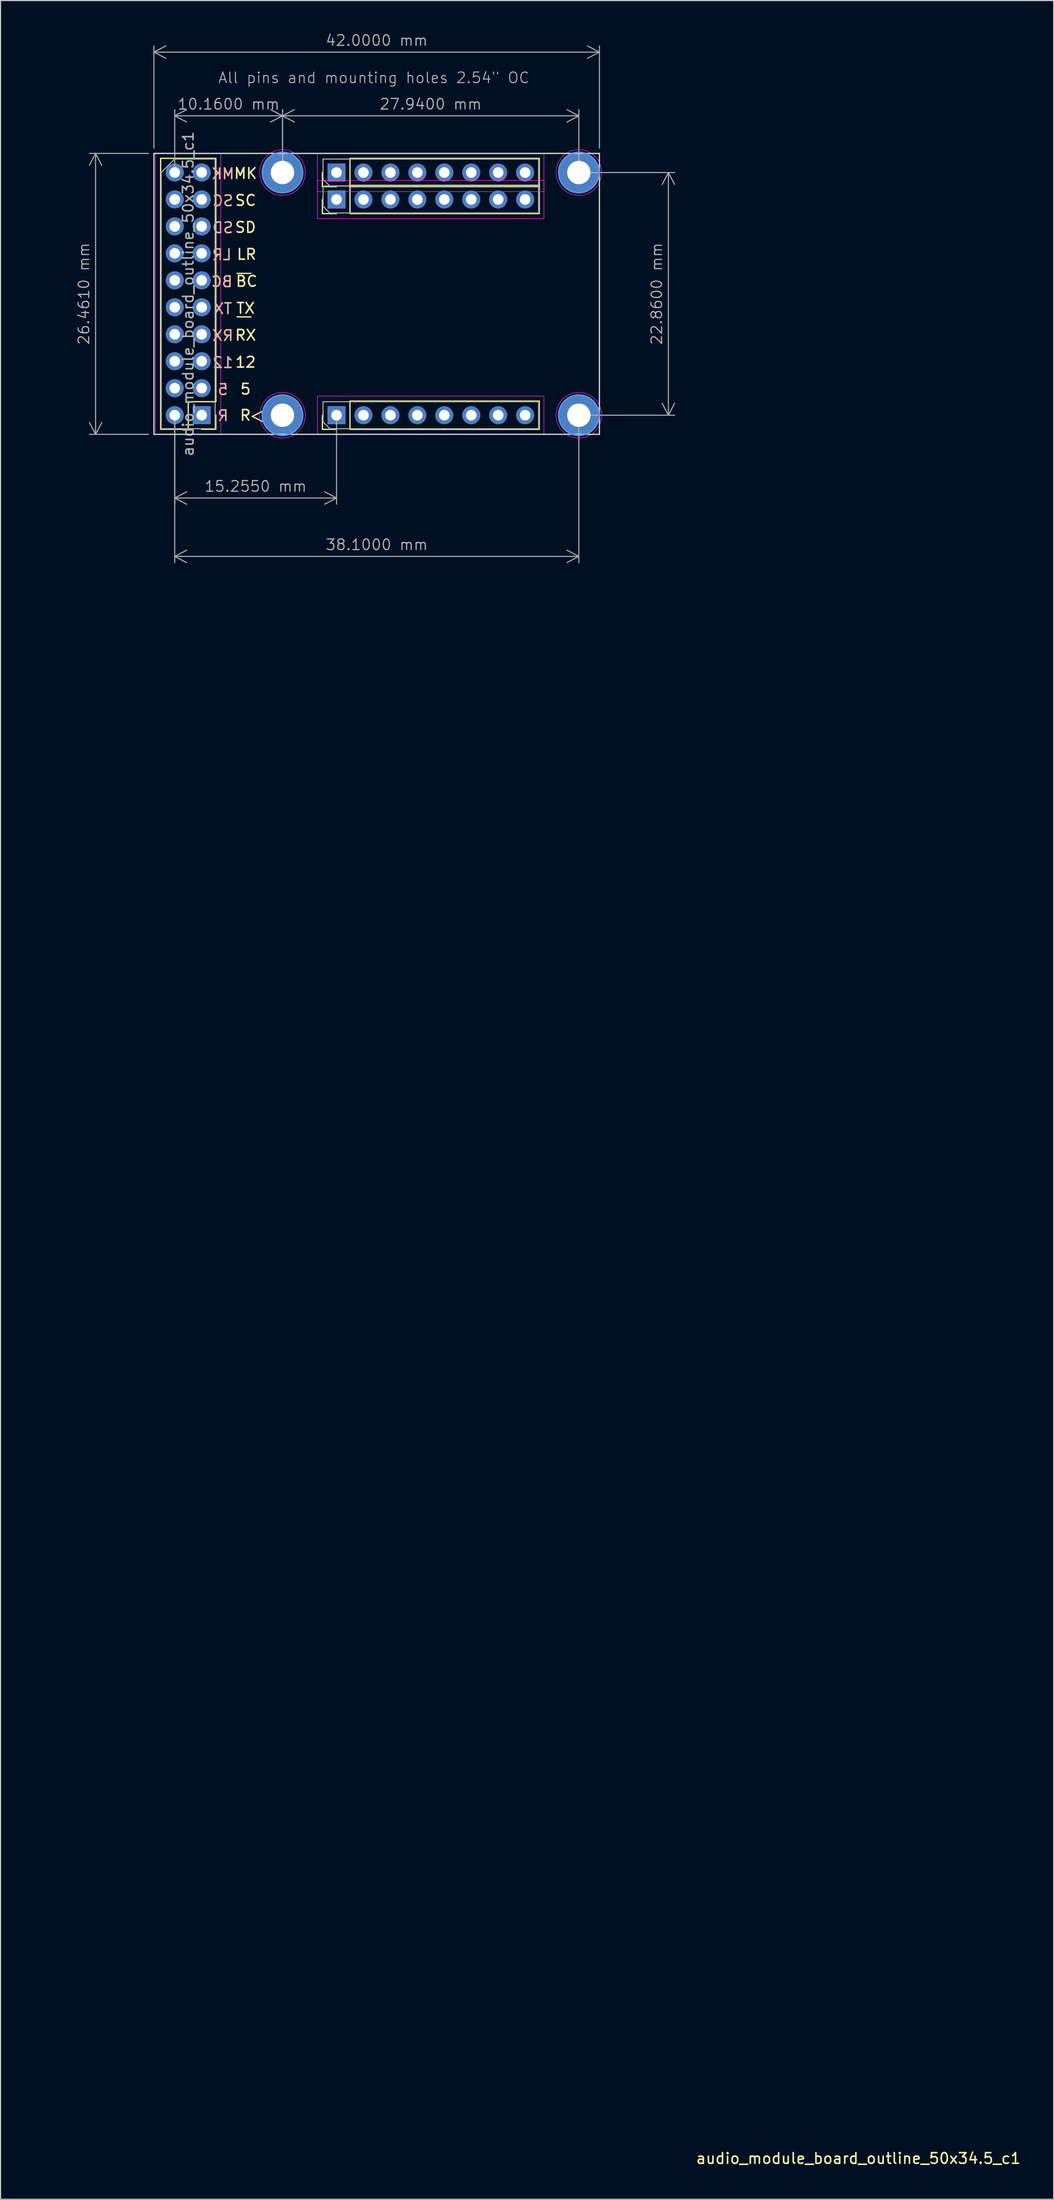
<source format=kicad_pcb>
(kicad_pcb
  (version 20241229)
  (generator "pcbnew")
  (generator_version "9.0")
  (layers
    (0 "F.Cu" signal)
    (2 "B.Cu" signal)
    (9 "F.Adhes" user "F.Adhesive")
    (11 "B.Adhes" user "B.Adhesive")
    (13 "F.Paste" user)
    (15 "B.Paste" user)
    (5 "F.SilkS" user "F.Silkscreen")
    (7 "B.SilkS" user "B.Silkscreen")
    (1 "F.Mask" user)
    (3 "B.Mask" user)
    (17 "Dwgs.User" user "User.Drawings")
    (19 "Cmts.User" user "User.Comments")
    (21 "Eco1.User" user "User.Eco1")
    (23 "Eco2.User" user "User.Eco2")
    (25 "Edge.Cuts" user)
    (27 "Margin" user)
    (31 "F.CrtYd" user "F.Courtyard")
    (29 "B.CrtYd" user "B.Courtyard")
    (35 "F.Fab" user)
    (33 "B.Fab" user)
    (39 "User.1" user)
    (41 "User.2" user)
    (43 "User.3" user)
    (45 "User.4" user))
  (footprint "audio_module_board_outline_50x34.5_c1"
    (layer "F.Cu")
    (at 11.46 37.861)
    (property "Reference" "audio_module_board_outline_50x34.5_c1" (at 66.414 162.401 180) (layer "F.SilkS") (effects (font (size 1 1) (thickness 0.15))))
    (attr through_hole exclude_from_bom)
    (fp_line (start 0.635 -0.475) (end 0.635 -25.995) (stroke (width 0.12) (type solid)) (layer "F.SilkS"))
    (fp_line (start 3.235 -3.075) (end 3.235 -0.475) (stroke (width 0.12) (type solid)) (layer "F.SilkS"))
    (fp_line (start 3.235 -0.475) (end 0.635 -0.475) (stroke (width 0.12) (type solid)) (layer "F.SilkS"))
    (fp_line (start 5.835 -25.995) (end 0.635 -25.995) (stroke (width 0.12) (type solid)) (layer "F.SilkS"))
    (fp_line (start 5.835 -3.075) (end 3.235 -3.075) (stroke (width 0.12) (type solid)) (layer "F.SilkS"))
    (fp_line (start 5.835 -3.075) (end 5.835 -25.995) (stroke (width 0.12) (type solid)) (layer "F.SilkS"))
    (fp_line (start 5.835 -1.805) (end 5.835 -0.475) (stroke (width 0.12) (type solid)) (layer "F.SilkS"))
    (fp_line (start 5.835 -0.475) (end 4.505 -0.475) (stroke (width 0.12) (type solid)) (layer "F.SilkS"))
    (fp_line (start 7.845 -15.16) (end 9.155 -15.16) (stroke (width 0.12) (type solid)) (layer "F.SilkS"))
    (fp_line (start 9.155 -11.06) (end 7.845 -11.06) (stroke (width 0.12) (type solid)) (layer "F.SilkS"))
    (fp_line (start 9.275 -1.69) (end 10.275 -1.19) (stroke (width 0.12) (type solid)) (layer "F.SilkS"))
    (fp_line (start 10.275 -2.19) (end 9.275 -1.69) (stroke (width 0.12) (type solid)) (layer "F.SilkS"))
    (fp_line (start 15.885 -23.33) (end 15.885 -24.66) (stroke (width 0.12) (type solid)) (layer "F.SilkS"))
    (fp_line (start 15.885 -20.79) (end 15.885 -22.12) (stroke (width 0.12) (type solid)) (layer "F.SilkS"))
    (fp_line (start 15.885 -0.47) (end 15.885 -1.8) (stroke (width 0.12) (type solid)) (layer "F.SilkS"))
    (fp_line (start 17.215 -23.33) (end 15.885 -23.33) (stroke (width 0.12) (type solid)) (layer "F.SilkS"))
    (fp_line (start 17.215 -20.79) (end 15.885 -20.79) (stroke (width 0.12) (type solid)) (layer "F.SilkS"))
    (fp_line (start 17.215 -0.47) (end 15.885 -0.47) (stroke (width 0.12) (type solid)) (layer "F.SilkS"))
    (fp_line (start 18.485 -25.99) (end 36.325 -25.99) (stroke (width 0.12) (type solid)) (layer "F.SilkS"))
    (fp_line (start 18.485 -23.45) (end 36.325 -23.45) (stroke (width 0.12) (type solid)) (layer "F.SilkS"))
    (fp_line (start 18.485 -23.33) (end 18.485 -25.99) (stroke (width 0.12) (type solid)) (layer "F.SilkS"))
    (fp_line (start 18.485 -23.33) (end 36.325 -23.33) (stroke (width 0.12) (type solid)) (layer "F.SilkS"))
    (fp_line (start 18.485 -20.79) (end 18.485 -23.45) (stroke (width 0.12) (type solid)) (layer "F.SilkS"))
    (fp_line (start 18.485 -20.79) (end 36.325 -20.79) (stroke (width 0.12) (type solid)) (layer "F.SilkS"))
    (fp_line (start 18.485 -3.13) (end 36.325 -3.13) (stroke (width 0.12) (type solid)) (layer "F.SilkS"))
    (fp_line (start 18.485 -0.47) (end 18.485 -3.13) (stroke (width 0.12) (type solid)) (layer "F.SilkS"))
    (fp_line (start 18.485 -0.47) (end 36.325 -0.47) (stroke (width 0.12) (type solid)) (layer "F.SilkS"))
    (fp_line (start 36.325 -23.33) (end 36.325 -25.99) (stroke (width 0.12) (type solid)) (layer "F.SilkS"))
    (fp_line (start 36.325 -20.79) (end 36.325 -23.45) (stroke (width 0.12) (type solid)) (layer "F.SilkS"))
    (fp_line (start 36.325 -0.47) (end 36.325 -3.13) (stroke (width 0.12) (type solid)) (layer "F.SilkS"))
    (fp_circle (center 12.12 -24.66) (end 14.02 -24.66) (stroke (width 0.15) (type solid)) (fill no) (layer "Cmts.User"))
    (fp_circle (center 12.12 -1.8) (end 14.02 -1.8) (stroke (width 0.15) (type solid)) (fill no) (layer "Cmts.User"))
    (fp_circle (center 40.06 -24.66) (end 41.96 -24.66) (stroke (width 0.15) (type solid)) (fill no) (layer "Cmts.User"))
    (fp_circle (center 40.06 -1.8) (end 41.96 -1.8) (stroke (width 0.15) (type solid)) (fill no) (layer "Cmts.User"))
    (fp_line (start 0 -26.46) (end 42 -26.46) (stroke (width 0.12) (type solid)) (layer "Edge.Cuts"))
    (fp_line (start 0 0) (end 0 -26.46) (stroke (width 0.12) (type solid)) (layer "Edge.Cuts"))
    (fp_line (start 0 0) (end 42 0) (stroke (width 0.12) (type solid)) (layer "Edge.Cuts"))
    (fp_line (start 42 0) (end 42 -26.46) (stroke (width 0.12) (type solid)) (layer "Edge.Cuts"))
    (fp_line (start 0.155 -26.455) (end 0.155 -0.005) (stroke (width 0.05) (type solid)) (layer "F.CrtYd"))
    (fp_line (start 0.155 -0.005) (end 6.305 -0.005) (stroke (width 0.05) (type solid)) (layer "F.CrtYd"))
    (fp_line (start 6.305 -26.455) (end 0.155 -26.455) (stroke (width 0.05) (type solid)) (layer "F.CrtYd"))
    (fp_line (start 6.305 -0.005) (end 6.305 -26.455) (stroke (width 0.05) (type solid)) (layer "F.CrtYd"))
    (fp_line (start 15.415 -26.46) (end 15.415 -22.86) (stroke (width 0.05) (type solid)) (layer "F.CrtYd"))
    (fp_line (start 15.415 -23.92) (end 15.415 -20.32) (stroke (width 0.05) (type solid)) (layer "F.CrtYd"))
    (fp_line (start 15.415 -22.86) (end 36.765 -22.86) (stroke (width 0.05) (type solid)) (layer "F.CrtYd"))
    (fp_line (start 15.415 -20.32) (end 36.765 -20.32) (stroke (width 0.05) (type solid)) (layer "F.CrtYd"))
    (fp_line (start 15.415 -3.6) (end 15.415 0) (stroke (width 0.05) (type solid)) (layer "F.CrtYd"))
    (fp_line (start 15.415 0) (end 36.765 0) (stroke (width 0.05) (type solid)) (layer "F.CrtYd"))
    (fp_line (start 36.765 -26.46) (end 15.415 -26.46) (stroke (width 0.05) (type solid)) (layer "F.CrtYd"))
    (fp_line (start 36.765 -23.92) (end 15.415 -23.92) (stroke (width 0.05) (type solid)) (layer "F.CrtYd"))
    (fp_line (start 36.765 -22.86) (end 36.765 -26.46) (stroke (width 0.05) (type solid)) (layer "F.CrtYd"))
    (fp_line (start 36.765 -20.32) (end 36.765 -23.92) (stroke (width 0.05) (type solid)) (layer "F.CrtYd"))
    (fp_line (start 36.765 -3.6) (end 15.415 -3.6) (stroke (width 0.05) (type solid)) (layer "F.CrtYd"))
    (fp_line (start 36.765 0) (end 36.765 -3.6) (stroke (width 0.05) (type solid)) (layer "F.CrtYd"))
    (fp_circle (center 12.12 -24.66) (end 14.27 -24.66) (stroke (width 0.05) (type solid)) (fill no) (layer "F.CrtYd"))
    (fp_circle (center 12.12 -1.8) (end 14.27 -1.8) (stroke (width 0.05) (type solid)) (fill no) (layer "F.CrtYd"))
    (fp_circle (center 40.06 -24.66) (end 42.21 -24.66) (stroke (width 0.05) (type solid)) (fill no) (layer "F.CrtYd"))
    (fp_circle (center 40.06 -1.8) (end 42.21 -1.8) (stroke (width 0.05) (type solid)) (fill no) (layer "F.CrtYd"))
    (fp_line (start 0.69 -24.66) (end 1.96 -25.93) (stroke (width 0.1) (type solid)) (layer "F.Fab"))
    (fp_line (start 0.69 -0.53) (end 0.69 -24.66) (stroke (width 0.1) (type solid)) (layer "F.Fab"))
    (fp_line (start 1.96 -25.93) (end 5.77 -25.93) (stroke (width 0.1) (type solid)) (layer "F.Fab"))
    (fp_line (start 5.77 -25.93) (end 5.77 -0.53) (stroke (width 0.1) (type solid)) (layer "F.Fab"))
    (fp_line (start 5.77 -0.53) (end 0.69 -0.53) (stroke (width 0.1) (type solid)) (layer "F.Fab"))
    (fp_line (start 15.945 -25.93) (end 36.265 -25.93) (stroke (width 0.1) (type solid)) (layer "F.Fab"))
    (fp_line (start 15.945 -24.025) (end 15.945 -25.93) (stroke (width 0.1) (type solid)) (layer "F.Fab"))
    (fp_line (start 15.945 -23.39) (end 36.265 -23.39) (stroke (width 0.1) (type solid)) (layer "F.Fab"))
    (fp_line (start 15.945 -21.485) (end 15.945 -23.39) (stroke (width 0.1) (type solid)) (layer "F.Fab"))
    (fp_line (start 15.945 -3.07) (end 36.265 -3.07) (stroke (width 0.1) (type solid)) (layer "F.Fab"))
    (fp_line (start 15.945 -1.165) (end 15.945 -3.07) (stroke (width 0.1) (type solid)) (layer "F.Fab"))
    (fp_line (start 16.58 -23.39) (end 15.945 -24.025) (stroke (width 0.1) (type solid)) (layer "F.Fab"))
    (fp_line (start 16.58 -20.85) (end 15.945 -21.485) (stroke (width 0.1) (type solid)) (layer "F.Fab"))
    (fp_line (start 16.58 -0.53) (end 15.945 -1.165) (stroke (width 0.1) (type solid)) (layer "F.Fab"))
    (fp_line (start 36.265 -25.93) (end 36.265 -23.39) (stroke (width 0.1) (type solid)) (layer "F.Fab"))
    (fp_line (start 36.265 -23.39) (end 16.58 -23.39) (stroke (width 0.1) (type solid)) (layer "F.Fab"))
    (fp_line (start 36.265 -23.39) (end 36.265 -20.85) (stroke (width 0.1) (type solid)) (layer "F.Fab"))
    (fp_line (start 36.265 -20.85) (end 16.58 -20.85) (stroke (width 0.1) (type solid)) (layer "F.Fab"))
    (fp_line (start 36.265 -3.07) (end 36.265 -0.53) (stroke (width 0.1) (type solid)) (layer "F.Fab"))
    (fp_line (start 36.265 -0.53) (end 16.58 -0.53) (stroke (width 0.1) (type solid)) (layer "F.Fab"))
    (fp_text user "5" (at 8.64 -4.255 0) (unlocked yes) (layer "F.SilkS") (effects (font (size 1 1) (thickness 0.15))))
    (fp_text user "MK" (at 8.64 -24.575 0) (unlocked yes) (layer "F.SilkS") (effects (font (size 1 1) (thickness 0.15))))
    (fp_text user "SC" (at 8.64 -22.035 0) (unlocked yes) (layer "F.SilkS") (effects (font (size 1 1) (thickness 0.15))))
    (fp_text user "LR" (at 8.735 -16.955 0) (unlocked yes) (layer "F.SilkS") (effects (font (size 1 1) (thickness 0.15))))
    (fp_text user "BC" (at 8.735 -14.415 0) (unlocked yes) (layer "F.SilkS") (effects (font (size 1 1) (thickness 0.15))))
    (fp_text user "SD" (at 8.64 -19.495 0) (unlocked yes) (layer "F.SilkS") (effects (font (size 1 1) (thickness 0.15))))
    (fp_text user "RX" (at 8.64 -9.335 0) (unlocked yes) (layer "F.SilkS") (effects (font (size 1 1) (thickness 0.15))))
    (fp_text user "12" (at 8.64 -6.795 0) (unlocked yes) (layer "F.SilkS") (effects (font (size 1 1) (thickness 0.15))))
    (fp_text user "TX" (at 8.64 -11.875 0) (unlocked yes) (layer "F.SilkS") (effects (font (size 1 1) (thickness 0.15))))
    (fp_text user "R" (at 8.625 -1.79 0) (unlocked yes) (layer "F.SilkS") (effects (font (size 1 1) (thickness 0.15))))
    (fp_text user "5" (at 6.5 -4.22 0) (unlocked yes) (layer "B.SilkS") (effects (font (size 1 1) (thickness 0.15)) (justify mirror)))
    (fp_text user "LR" (at 6.405 -16.92 0) (unlocked yes) (layer "B.SilkS") (effects (font (size 1 1) (thickness 0.15)) (justify mirror)))
    (fp_text user "MK" (at 6.5 -24.54 0) (unlocked yes) (layer "B.SilkS") (effects (font (size 1 1) (thickness 0.15)) (justify mirror)))
    (fp_text user "RX" (at 6.5 -9.3 0) (unlocked yes) (layer "B.SilkS") (effects (font (size 1 1) (thickness 0.15)) (justify mirror)))
    (fp_text user "SC" (at 6.5 -22 0) (unlocked yes) (layer "B.SilkS") (effects (font (size 1 1) (thickness 0.15)) (justify mirror)))
    (fp_text user "TX" (at 6.5 -11.84 0) (unlocked yes) (layer "B.SilkS") (effects (font (size 1 1) (thickness 0.15)) (justify mirror)))
    (fp_text user "SD" (at 6.5 -19.46 0) (unlocked yes) (layer "B.SilkS") (effects (font (size 1 1) (thickness 0.15)) (justify mirror)))
    (fp_text user "R" (at 6.515 -1.755 0) (unlocked yes) (layer "B.SilkS") (effects (font (size 1 1) (thickness 0.15)) (justify mirror)))
    (fp_text user "BC" (at 6.405 -14.38 0) (unlocked yes) (layer "B.SilkS") (effects (font (size 1 1) (thickness 0.15)) (justify mirror)))
    (fp_text user "12" (at 6.5 -6.76 0) (unlocked yes) (layer "B.SilkS") (effects (font (size 1 1) (thickness 0.15)) (justify mirror)))
    (fp_text user "All pins and mounting holes 2.54\" OC" (at 6 -33 0) (unlocked yes) (layer "F.Fab") (effects (font (size 1 1) (thickness 0.1)) (justify left bottom)))
    (fp_text user "${REFERENCE}" (at 3.23 -13.23 90) (layer "F.Fab") (effects (font (size 1 1) (thickness 0.15))))
    (dimension (type orthogonal) (layer "F.Fab") (pts (xy 13.42 36.06) (xy 51.52 36.06)) (height 13.3) (orientation 0) (format (prefix "") (suffix "") (units 3) (units_format 1) (precision 4)) (style (thickness 0.1) (arrow_length 1.27) (text_position_mode 0) (arrow_direction outward) (extension_height 0.586) (extension_offset 0.5) (keep_text_aligned yes)) (gr_text "38.1000 mm" (at 32.47 48.261 0) (layer "F.Fab") (effects (font (size 1 1) (thickness 0.1)))))
    (dimension (type orthogonal) (layer "F.Fab") (pts (xy 11.46 11.4) (xy 11.46 37.861)) (height -5.5) (orientation 1) (format (prefix "") (suffix "") (units 3) (units_format 1) (precision 4)) (style (thickness 0.1) (arrow_length 1.27) (text_position_mode 0) (arrow_direction outward) (extension_height 0.586) (extension_offset 0.5) (keep_text_aligned yes)) (gr_text "26.4600 mm" (at 4.86 24.631 90) (layer "F.Fab") (effects (font (size 1 1) (thickness 0.1)))))
    (dimension (type orthogonal) (layer "F.Fab") (pts (xy 23.58 13.2) (xy 51.52 13.2)) (height -5.34) (orientation 0) (format (prefix "") (suffix "") (units 3) (units_format 1) (precision 4)) (style (thickness 0.1) (arrow_length 1.27) (text_position_mode 0) (arrow_direction outward) (extension_height 0.586) (extension_offset 0.5) (keep_text_aligned yes)) (gr_text "27.9400 mm" (at 37.55 6.761 0) (layer "F.Fab") (effects (font (size 1 1) (thickness 0.1)))))
    (dimension (type orthogonal) (layer "F.Fab") (pts (xy 13.42 36.06) (xy 28.675 36.06)) (height 7.8) (orientation 0) (format (prefix "") (suffix "") (units 3) (units_format 1) (precision 4)) (style (thickness 0.1) (arrow_length 1.27) (text_position_mode 0) (arrow_direction outward) (extension_height 0.586) (extension_offset 0.5) (keep_text_aligned yes)) (gr_text "15.2550 mm" (at 21.047 42.761 0) (layer "F.Fab") (effects (font (size 1 1) (thickness 0.1)))))
    (dimension (type orthogonal) (layer "F.Fab") (pts (xy 13.42 13.2) (xy 23.58 13.2)) (height -5.34) (orientation 0) (format (prefix "") (suffix "") (units 3) (units_format 1) (precision 4)) (style (thickness 0.1) (arrow_length 1.27) (text_position_mode 0) (arrow_direction outward) (extension_height 0.586) (extension_offset 0.5) (keep_text_aligned yes)) (gr_text "10.1600 mm" (at 18.5 6.761 0) (layer "F.Fab") (effects (font (size 1 1) (thickness 0.1)))))
    (dimension (type orthogonal) (layer "F.Fab") (pts (xy 11.46 11.4) (xy 53.46 11.4)) (height -9.54) (orientation 0) (format (prefix "") (suffix "") (units 3) (units_format 1) (precision 4)) (style (thickness 0.1) (arrow_length 1.27) (text_position_mode 0) (arrow_direction outward) (extension_height 0.586) (extension_offset 0.5) (keep_text_aligned yes)) (gr_text "42.0000 mm" (at 32.46 0.76 0) (layer "F.Fab") (effects (font (size 1 1) (thickness 0.1)))))
    (dimension (type orthogonal) (layer "F.Fab") (pts (xy 51.52 13.2) (xy 51.52 36.06)) (height 8.44) (orientation 1) (format (prefix "") (suffix "") (units 3) (units_format 1) (precision 4)) (style (thickness 0.1) (arrow_length 1.27) (text_position_mode 0) (arrow_direction outward) (extension_height 0.586) (extension_offset 0.5) (keep_text_aligned yes)) (gr_text "22.8600 mm" (at 58.86 24.631 90) (layer "F.Fab") (effects (font (size 1 1) (thickness 0.1)))))
    (pad "1" thru_hole rect (at 4.505 -1.805 180) (size 1.7 1.7) (drill 1) (layers "*.Cu" "*.Mask"))
    (pad "1" thru_hole circle (at 12.12 -24.66) (size 3.8 3.8) (drill 2.2) (layers "*.Cu" "*.Mask"))
    (pad "1" thru_hole circle (at 12.12 -1.8) (size 3.8 3.8) (drill 2.2) (layers "*.Cu" "*.Mask"))
    (pad "1" thru_hole circle (at 40.06 -24.66) (size 3.8 3.8) (drill 2.2) (layers "*.Cu" "*.Mask"))
    (pad "1" thru_hole circle (at 40.06 -1.8) (size 3.8 3.8) (drill 2.2) (layers "*.Cu" "*.Mask"))
    (pad "2" thru_hole oval (at 1.965 -1.805 180) (size 1.7 1.7) (drill 1) (layers "*.Cu" "*.Mask"))
    (pad "3" thru_hole oval (at 4.505 -4.345 180) (size 1.7 1.7) (drill 1) (layers "*.Cu" "*.Mask"))
    (pad "4" thru_hole oval (at 1.965 -4.345 180) (size 1.7 1.7) (drill 1) (layers "*.Cu" "*.Mask"))
    (pad "5" thru_hole oval (at 4.505 -6.885 180) (size 1.7 1.7) (drill 1) (layers "*.Cu" "*.Mask"))
    (pad "6" thru_hole oval (at 1.965 -6.885 180) (size 1.7 1.7) (drill 1) (layers "*.Cu" "*.Mask"))
    (pad "7" thru_hole oval (at 4.505 -9.425 180) (size 1.7 1.7) (drill 1) (layers "*.Cu" "*.Mask"))
    (pad "8" thru_hole oval (at 1.965 -9.425 180) (size 1.7 1.7) (drill 1) (layers "*.Cu" "*.Mask"))
    (pad "9" thru_hole oval (at 4.505 -11.965 180) (size 1.7 1.7) (drill 1) (layers "*.Cu" "*.Mask"))
    (pad "10" thru_hole oval (at 1.965 -11.965 180) (size 1.7 1.7) (drill 1) (layers "*.Cu" "*.Mask"))
    (pad "11" thru_hole oval (at 4.505 -14.505 180) (size 1.7 1.7) (drill 1) (layers "*.Cu" "*.Mask"))
    (pad "12" thru_hole oval (at 1.965 -14.505 180) (size 1.7 1.7) (drill 1) (layers "*.Cu" "*.Mask"))
    (pad "13" thru_hole oval (at 4.505 -17.045 180) (size 1.7 1.7) (drill 1) (layers "*.Cu" "*.Mask"))
    (pad "14" thru_hole oval (at 1.965 -17.045 180) (size 1.7 1.7) (drill 1) (layers "*.Cu" "*.Mask"))
    (pad "15" thru_hole oval (at 4.505 -19.585 180) (size 1.7 1.7) (drill 1) (layers "*.Cu" "*.Mask"))
    (pad "16" thru_hole oval (at 1.965 -19.585 180) (size 1.7 1.7) (drill 1) (layers "*.Cu" "*.Mask"))
    (pad "17" thru_hole oval (at 4.505 -22.125 180) (size 1.7 1.7) (drill 1) (layers "*.Cu" "*.Mask"))
    (pad "18" thru_hole oval (at 1.965 -22.125 180) (size 1.7 1.7) (drill 1) (layers "*.Cu" "*.Mask"))
    (pad "19" thru_hole oval (at 4.505 -24.665 180) (size 1.7 1.7) (drill 1) (layers "*.Cu" "*.Mask"))
    (pad "20" thru_hole oval (at 1.965 -24.665 180) (size 1.7 1.7) (drill 1) (layers "*.Cu" "*.Mask"))
    (pad "21" thru_hole rect (at 17.215 -24.66 90) (size 1.7 1.7) (drill 1) (layers "*.Cu" "*.Mask"))
    (pad "22" thru_hole rect (at 17.215 -22.12 90) (size 1.7 1.7) (drill 1) (layers "*.Cu" "*.Mask"))
    (pad "23" thru_hole oval (at 19.755 -24.66 90) (size 1.7 1.7) (drill 1) (layers "*.Cu" "*.Mask"))
    (pad "24" thru_hole oval (at 19.755 -22.12 90) (size 1.7 1.7) (drill 1) (layers "*.Cu" "*.Mask"))
    (pad "25" thru_hole oval (at 22.295 -24.66 90) (size 1.7 1.7) (drill 1) (layers "*.Cu" "*.Mask"))
    (pad "26" thru_hole oval (at 22.295 -22.12 90) (size 1.7 1.7) (drill 1) (layers "*.Cu" "*.Mask"))
    (pad "27" thru_hole oval (at 24.835 -24.66 90) (size 1.7 1.7) (drill 1) (layers "*.Cu" "*.Mask"))
    (pad "28" thru_hole oval (at 24.835 -22.12 90) (size 1.7 1.7) (drill 1) (layers "*.Cu" "*.Mask"))
    (pad "29" thru_hole oval (at 27.375 -24.66 90) (size 1.7 1.7) (drill 1) (layers "*.Cu" "*.Mask"))
    (pad "30" thru_hole oval (at 27.375 -22.12 90) (size 1.7 1.7) (drill 1) (layers "*.Cu" "*.Mask"))
    (pad "31" thru_hole oval (at 29.915 -24.66 90) (size 1.7 1.7) (drill 1) (layers "*.Cu" "*.Mask"))
    (pad "32" thru_hole oval (at 29.915 -22.12 90) (size 1.7 1.7) (drill 1) (layers "*.Cu" "*.Mask"))
    (pad "33" thru_hole oval (at 32.455 -24.66 90) (size 1.7 1.7) (drill 1) (layers "*.Cu" "*.Mask"))
    (pad "34" thru_hole oval (at 32.455 -22.12 90) (size 1.7 1.7) (drill 1) (layers "*.Cu" "*.Mask"))
    (pad "35" thru_hole oval (at 34.995 -24.66 90) (size 1.7 1.7) (drill 1) (layers "*.Cu" "*.Mask"))
    (pad "36" thru_hole oval (at 34.995 -22.12 90) (size 1.7 1.7) (drill 1) (layers "*.Cu" "*.Mask"))
    (pad "37" thru_hole rect (at 17.215 -1.8 90) (size 1.7 1.7) (drill 1) (layers "*.Cu" "*.Mask"))
    (pad "38" thru_hole oval (at 19.755 -1.8 90) (size 1.7 1.7) (drill 1) (layers "*.Cu" "*.Mask"))
    (pad "39" thru_hole oval (at 22.295 -1.8 90) (size 1.7 1.7) (drill 1) (layers "*.Cu" "*.Mask"))
    (pad "40" thru_hole oval (at 24.835 -1.8 90) (size 1.7 1.7) (drill 1) (layers "*.Cu" "*.Mask"))
    (pad "41" thru_hole oval (at 27.375 -1.8 90) (size 1.7 1.7) (drill 1) (layers "*.Cu" "*.Mask"))
    (pad "42" thru_hole oval (at 29.915 -1.8 90) (size 1.7 1.7) (drill 1) (layers "*.Cu" "*.Mask"))
    (pad "43" thru_hole oval (at 32.455 -1.8 90) (size 1.7 1.7) (drill 1) (layers "*.Cu" "*.Mask"))
    (pad "44" thru_hole oval (at 34.995 -1.8 90) (size 1.7 1.7) (drill 1) (layers "*.Cu" "*.Mask")))
  (gr_rect
    (start -3 -3)
    (end 96.284 204.11)
    (stroke (width 0.1) (type default))
    (fill no)
    (layer "Edge.Cuts")))
</source>
